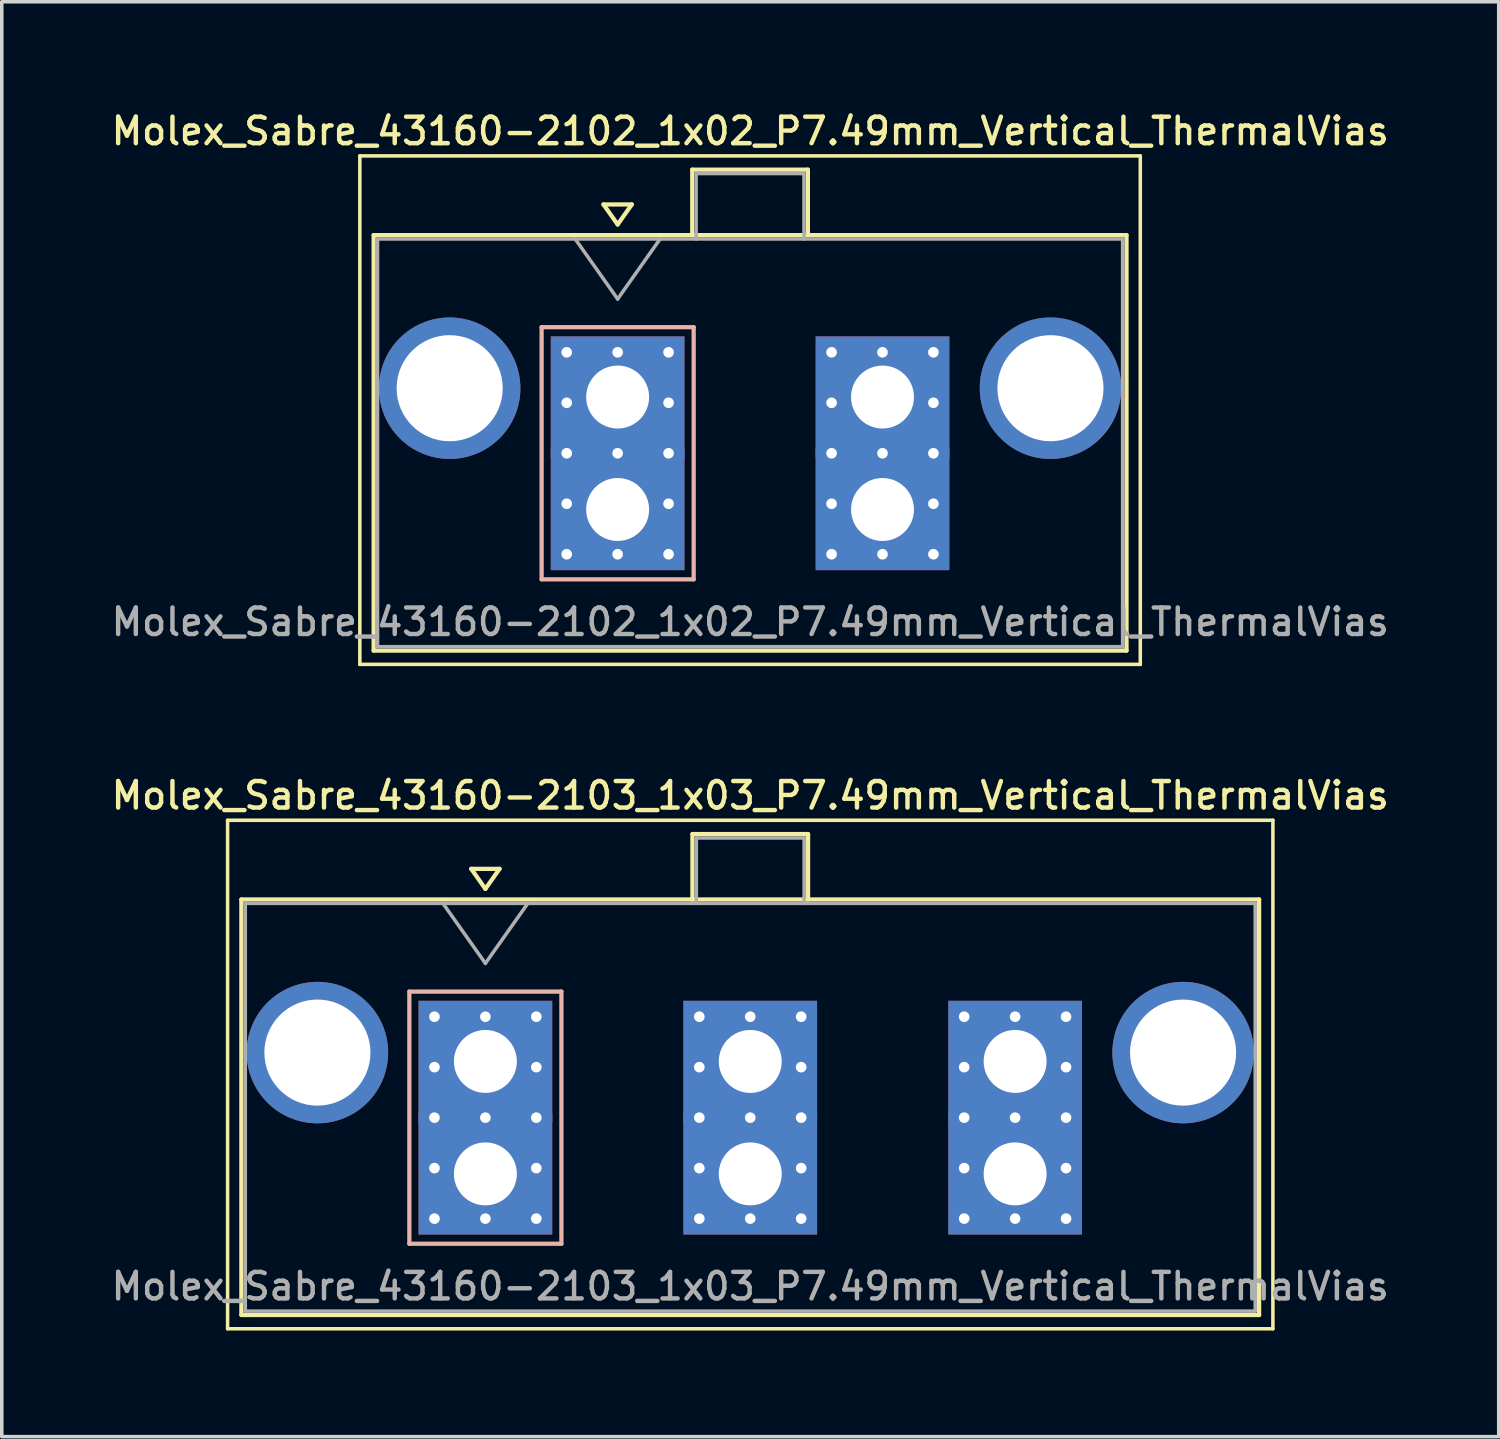
<source format=kicad_pcb>
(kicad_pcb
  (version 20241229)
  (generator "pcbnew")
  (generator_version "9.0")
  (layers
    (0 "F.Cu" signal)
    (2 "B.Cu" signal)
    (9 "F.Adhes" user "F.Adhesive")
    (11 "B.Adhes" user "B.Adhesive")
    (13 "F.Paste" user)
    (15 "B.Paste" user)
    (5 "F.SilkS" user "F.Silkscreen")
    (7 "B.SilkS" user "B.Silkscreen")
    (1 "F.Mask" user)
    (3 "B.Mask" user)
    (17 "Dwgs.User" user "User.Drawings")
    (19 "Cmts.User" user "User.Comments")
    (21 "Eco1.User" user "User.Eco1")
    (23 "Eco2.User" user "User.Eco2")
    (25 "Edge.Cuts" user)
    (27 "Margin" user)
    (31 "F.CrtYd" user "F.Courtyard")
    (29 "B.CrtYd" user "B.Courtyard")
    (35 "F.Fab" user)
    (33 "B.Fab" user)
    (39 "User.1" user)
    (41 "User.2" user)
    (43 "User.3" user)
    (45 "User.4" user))
  (footprint "Molex_Sabre_43160-2103_1x03_P7.49mm_Vertical_ThermalVias"
    (layer "F.Cu")
    (at 10.676 30.146)
    (property "Reference" "Molex_Sabre_43160-2103_1x03_P7.49mm_Vertical_ThermalVias" (at 7.49 -10.7 0) (layer "F.SilkS") (effects (font (size 0.75 0.75) (thickness 0.125))))
    (attr through_hole)
    (fp_line (start -7.29 -10) (end -7.29 4.38) (stroke (width 0.1) (type solid)) (layer "F.SilkS"))
    (fp_line (start -7.29 4.38) (end 22.27 4.38) (stroke (width 0.1) (type solid)) (layer "F.SilkS"))
    (fp_line (start -6.9 -7.76) (end -6.9 3.99) (stroke (width 0.12) (type solid)) (layer "F.SilkS"))
    (fp_line (start -6.9 3.99) (end 21.88 3.99) (stroke (width 0.12) (type solid)) (layer "F.SilkS"))
    (fp_line (start -0.4 -8.626) (end 0 -8.06) (stroke (width 0.12) (type solid)) (layer "F.SilkS"))
    (fp_line (start 0 -8.06) (end 0.4 -8.626) (stroke (width 0.12) (type solid)) (layer "F.SilkS"))
    (fp_line (start 0.4 -8.626) (end -0.4 -8.626) (stroke (width 0.12) (type solid)) (layer "F.SilkS"))
    (fp_line (start 5.855 -9.61) (end 9.125 -9.61) (stroke (width 0.12) (type solid)) (layer "F.SilkS"))
    (fp_line (start 5.855 -7.76) (end 5.855 -9.61) (stroke (width 0.12) (type solid)) (layer "F.SilkS"))
    (fp_line (start 9.125 -9.61) (end 9.125 -7.76) (stroke (width 0.12) (type solid)) (layer "F.SilkS"))
    (fp_line (start 21.88 -7.76) (end -6.9 -7.76) (stroke (width 0.12) (type solid)) (layer "F.SilkS"))
    (fp_line (start 21.88 3.99) (end 21.88 -7.76) (stroke (width 0.12) (type solid)) (layer "F.SilkS"))
    (fp_line (start 22.27 -10) (end -7.29 -10) (stroke (width 0.1) (type solid)) (layer "F.SilkS"))
    (fp_line (start 22.27 4.38) (end 22.27 -10) (stroke (width 0.1) (type solid)) (layer "F.SilkS"))
    (fp_line (start -2.15 -5.155) (end -2.15 1.975) (stroke (width 0.12) (type solid)) (layer "B.SilkS"))
    (fp_line (start -2.15 1.975) (end 2.15 1.975) (stroke (width 0.12) (type solid)) (layer "B.SilkS"))
    (fp_line (start 2.15 -5.155) (end -2.15 -5.155) (stroke (width 0.12) (type solid)) (layer "B.SilkS"))
    (fp_line (start 2.15 1.975) (end 2.15 -5.155) (stroke (width 0.12) (type solid)) (layer "B.SilkS"))
    (fp_line (start -6.79 -7.65) (end -6.79 3.88) (stroke (width 0.1) (type solid)) (layer "F.Fab"))
    (fp_line (start -6.79 3.88) (end 21.77 3.88) (stroke (width 0.1) (type solid)) (layer "F.Fab"))
    (fp_line (start -1.2 -7.65) (end 0 -5.953) (stroke (width 0.1) (type solid)) (layer "F.Fab"))
    (fp_line (start 0 -5.953) (end 1.2 -7.65) (stroke (width 0.1) (type solid)) (layer "F.Fab"))
    (fp_line (start 5.965 -9.5) (end 9.015 -9.5) (stroke (width 0.1) (type solid)) (layer "F.Fab"))
    (fp_line (start 5.965 -7.65) (end 5.965 -9.5) (stroke (width 0.1) (type solid)) (layer "F.Fab"))
    (fp_line (start 9.015 -9.5) (end 9.015 -7.65) (stroke (width 0.1) (type solid)) (layer "F.Fab"))
    (fp_line (start 21.77 -7.65) (end -6.79 -7.65) (stroke (width 0.1) (type solid)) (layer "F.Fab"))
    (fp_line (start 21.77 3.88) (end 21.77 -7.65) (stroke (width 0.1) (type solid)) (layer "F.Fab"))
    (fp_text user "${REFERENCE}" (at 7.49 3.18 0) (layer "F.Fab") (effects (font (size 0.75 0.75) (thickness 0.125))))
    (pad "" thru_hole circle (at -4.75 -3.43) (size 4 4) (drill 3) (layers "*.Cu" "*.Mask"))
    (pad "" thru_hole circle (at 19.73 -3.43) (size 4 4) (drill 3) (layers "*.Cu" "*.Mask"))
    (pad "1" thru_hole rect (at -1.44 -4.445) (size 0.6 0.6) (drill 0.3) (layers "*.Cu" "*.Mask"))
    (pad "1" thru_hole rect (at -1.44 -3.018) (size 0.6 0.6) (drill 0.3) (layers "*.Cu" "*.Mask"))
    (pad "1" thru_hole rect (at -1.44 -1.59) (size 0.6 0.6) (drill 0.3) (layers "*.Cu" "*.Mask"))
    (pad "1" thru_hole rect (at -1.44 -0.163) (size 0.6 0.6) (drill 0.3) (layers "*.Cu" "*.Mask"))
    (pad "1" thru_hole rect (at -1.44 1.265) (size 0.6 0.6) (drill 0.3) (layers "*.Cu" "*.Mask"))
    (pad "1" thru_hole rect (at 0 -4.445) (size 0.6 0.6) (drill 0.3) (layers "*.Cu" "*.Mask"))
    (pad "1" thru_hole rect (at 0 -3.18) (size 3.78 3.43) (drill 1.78) (layers "*.Cu" "*.Mask"))
    (pad "1" thru_hole rect (at 0 -1.59) (size 0.6 0.6) (drill 0.3) (layers "*.Cu" "*.Mask"))
    (pad "1" thru_hole rect (at 0 0) (size 3.78 3.43) (drill 1.78) (layers "*.Cu" "*.Mask"))
    (pad "1" thru_hole rect (at 0 1.265) (size 0.6 0.6) (drill 0.3) (layers "*.Cu" "*.Mask"))
    (pad "1" thru_hole rect (at 1.44 -4.445) (size 0.6 0.6) (drill 0.3) (layers "*.Cu" "*.Mask"))
    (pad "1" thru_hole rect (at 1.44 -3.018) (size 0.6 0.6) (drill 0.3) (layers "*.Cu" "*.Mask"))
    (pad "1" thru_hole rect (at 1.44 -1.59) (size 0.6 0.6) (drill 0.3) (layers "*.Cu" "*.Mask"))
    (pad "1" thru_hole rect (at 1.44 -0.163) (size 0.6 0.6) (drill 0.3) (layers "*.Cu" "*.Mask"))
    (pad "1" thru_hole rect (at 1.44 1.265) (size 0.6 0.6) (drill 0.3) (layers "*.Cu" "*.Mask"))
    (pad "2" thru_hole circle (at 6.05 -4.445) (size 0.6 0.6) (drill 0.3) (layers "*.Cu" "*.Mask"))
    (pad "2" thru_hole circle (at 6.05 -3.018) (size 0.6 0.6) (drill 0.3) (layers "*.Cu" "*.Mask"))
    (pad "2" thru_hole circle (at 6.05 -1.59) (size 0.6 0.6) (drill 0.3) (layers "*.Cu" "*.Mask"))
    (pad "2" thru_hole circle (at 6.05 -0.163) (size 0.6 0.6) (drill 0.3) (layers "*.Cu" "*.Mask"))
    (pad "2" thru_hole circle (at 6.05 1.265) (size 0.6 0.6) (drill 0.3) (layers "*.Cu" "*.Mask"))
    (pad "2" thru_hole circle (at 7.49 -4.445) (size 0.6 0.6) (drill 0.3) (layers "*.Cu" "*.Mask"))
    (pad "2" thru_hole rect (at 7.49 -3.18) (size 3.78 3.43) (drill 1.78) (layers "*.Cu" "*.Mask"))
    (pad "2" thru_hole circle (at 7.49 -1.59) (size 0.6 0.6) (drill 0.3) (layers "*.Cu" "*.Mask"))
    (pad "2" thru_hole rect (at 7.49 0) (size 3.78 3.43) (drill 1.78) (layers "*.Cu" "*.Mask"))
    (pad "2" thru_hole circle (at 7.49 1.265) (size 0.6 0.6) (drill 0.3) (layers "*.Cu" "*.Mask"))
    (pad "2" thru_hole circle (at 8.93 -4.445) (size 0.6 0.6) (drill 0.3) (layers "*.Cu" "*.Mask"))
    (pad "2" thru_hole circle (at 8.93 -3.018) (size 0.6 0.6) (drill 0.3) (layers "*.Cu" "*.Mask"))
    (pad "2" thru_hole circle (at 8.93 -1.59) (size 0.6 0.6) (drill 0.3) (layers "*.Cu" "*.Mask"))
    (pad "2" thru_hole circle (at 8.93 -0.163) (size 0.6 0.6) (drill 0.3) (layers "*.Cu" "*.Mask"))
    (pad "2" thru_hole circle (at 8.93 1.265) (size 0.6 0.6) (drill 0.3) (layers "*.Cu" "*.Mask"))
    (pad "3" thru_hole circle (at 13.54 -4.445) (size 0.6 0.6) (drill 0.3) (layers "*.Cu" "*.Mask"))
    (pad "3" thru_hole circle (at 13.54 -3.018) (size 0.6 0.6) (drill 0.3) (layers "*.Cu" "*.Mask"))
    (pad "3" thru_hole circle (at 13.54 -1.59) (size 0.6 0.6) (drill 0.3) (layers "*.Cu" "*.Mask"))
    (pad "3" thru_hole circle (at 13.54 -0.163) (size 0.6 0.6) (drill 0.3) (layers "*.Cu" "*.Mask"))
    (pad "3" thru_hole circle (at 13.54 1.265) (size 0.6 0.6) (drill 0.3) (layers "*.Cu" "*.Mask"))
    (pad "3" thru_hole circle (at 14.98 -4.445) (size 0.6 0.6) (drill 0.3) (layers "*.Cu" "*.Mask"))
    (pad "3" thru_hole rect (at 14.98 -3.18) (size 3.78 3.43) (drill 1.78) (layers "*.Cu" "*.Mask"))
    (pad "3" thru_hole circle (at 14.98 -1.59) (size 0.6 0.6) (drill 0.3) (layers "*.Cu" "*.Mask"))
    (pad "3" thru_hole rect (at 14.98 0) (size 3.78 3.43) (drill 1.78) (layers "*.Cu" "*.Mask"))
    (pad "3" thru_hole circle (at 14.98 1.265) (size 0.6 0.6) (drill 0.3) (layers "*.Cu" "*.Mask"))
    (pad "3" thru_hole circle (at 16.42 -4.445) (size 0.6 0.6) (drill 0.3) (layers "*.Cu" "*.Mask"))
    (pad "3" thru_hole circle (at 16.42 -3.018) (size 0.6 0.6) (drill 0.3) (layers "*.Cu" "*.Mask"))
    (pad "3" thru_hole circle (at 16.42 -1.59) (size 0.6 0.6) (drill 0.3) (layers "*.Cu" "*.Mask"))
    (pad "3" thru_hole circle (at 16.42 -0.163) (size 0.6 0.6) (drill 0.3) (layers "*.Cu" "*.Mask"))
    (pad "3" thru_hole circle (at 16.42 1.265) (size 0.6 0.6) (drill 0.3) (layers "*.Cu" "*.Mask")))
  (footprint "Molex_Sabre_43160-2102_1x02_P7.49mm_Vertical_ThermalVias"
    (layer "F.Cu")
    (at 14.416 11.358)
    (property "Reference" "Molex_Sabre_43160-2102_1x02_P7.49mm_Vertical_ThermalVias" (at 3.75 -10.7 0) (layer "F.SilkS") (effects (font (size 0.75 0.75) (thickness 0.125))))
    (attr through_hole)
    (fp_line (start -7.29 -10) (end -7.29 4.38) (stroke (width 0.1) (type solid)) (layer "F.SilkS"))
    (fp_line (start -7.29 4.38) (end 14.78 4.38) (stroke (width 0.1) (type solid)) (layer "F.SilkS"))
    (fp_line (start -6.9 -7.76) (end -6.9 3.99) (stroke (width 0.12) (type solid)) (layer "F.SilkS"))
    (fp_line (start -6.9 3.99) (end 14.39 3.99) (stroke (width 0.12) (type solid)) (layer "F.SilkS"))
    (fp_line (start -0.4 -8.626) (end 0 -8.06) (stroke (width 0.12) (type solid)) (layer "F.SilkS"))
    (fp_line (start 0 -8.06) (end 0.4 -8.626) (stroke (width 0.12) (type solid)) (layer "F.SilkS"))
    (fp_line (start 0.4 -8.626) (end -0.4 -8.626) (stroke (width 0.12) (type solid)) (layer "F.SilkS"))
    (fp_line (start 2.11 -9.61) (end 5.38 -9.61) (stroke (width 0.12) (type solid)) (layer "F.SilkS"))
    (fp_line (start 2.11 -7.76) (end 2.11 -9.61) (stroke (width 0.12) (type solid)) (layer "F.SilkS"))
    (fp_line (start 5.38 -9.61) (end 5.38 -7.76) (stroke (width 0.12) (type solid)) (layer "F.SilkS"))
    (fp_line (start 14.39 -7.76) (end -6.9 -7.76) (stroke (width 0.12) (type solid)) (layer "F.SilkS"))
    (fp_line (start 14.39 3.99) (end 14.39 -7.76) (stroke (width 0.12) (type solid)) (layer "F.SilkS"))
    (fp_line (start 14.78 -10) (end -7.29 -10) (stroke (width 0.1) (type solid)) (layer "F.SilkS"))
    (fp_line (start 14.78 4.38) (end 14.78 -10) (stroke (width 0.1) (type solid)) (layer "F.SilkS"))
    (fp_line (start -2.15 -5.155) (end -2.15 1.975) (stroke (width 0.12) (type solid)) (layer "B.SilkS"))
    (fp_line (start -2.15 1.975) (end 2.15 1.975) (stroke (width 0.12) (type solid)) (layer "B.SilkS"))
    (fp_line (start 2.15 -5.155) (end -2.15 -5.155) (stroke (width 0.12) (type solid)) (layer "B.SilkS"))
    (fp_line (start 2.15 1.975) (end 2.15 -5.155) (stroke (width 0.12) (type solid)) (layer "B.SilkS"))
    (fp_line (start -6.79 -7.65) (end -6.79 3.88) (stroke (width 0.1) (type solid)) (layer "F.Fab"))
    (fp_line (start -6.79 3.88) (end 14.28 3.88) (stroke (width 0.1) (type solid)) (layer "F.Fab"))
    (fp_line (start -1.2 -7.65) (end 0 -5.953) (stroke (width 0.1) (type solid)) (layer "F.Fab"))
    (fp_line (start 0 -5.953) (end 1.2 -7.65) (stroke (width 0.1) (type solid)) (layer "F.Fab"))
    (fp_line (start 2.22 -9.5) (end 5.27 -9.5) (stroke (width 0.1) (type solid)) (layer "F.Fab"))
    (fp_line (start 2.22 -7.65) (end 2.22 -9.5) (stroke (width 0.1) (type solid)) (layer "F.Fab"))
    (fp_line (start 5.27 -9.5) (end 5.27 -7.65) (stroke (width 0.1) (type solid)) (layer "F.Fab"))
    (fp_line (start 14.28 -7.65) (end -6.79 -7.65) (stroke (width 0.1) (type solid)) (layer "F.Fab"))
    (fp_line (start 14.28 3.88) (end 14.28 -7.65) (stroke (width 0.1) (type solid)) (layer "F.Fab"))
    (fp_text user "${REFERENCE}" (at 3.75 3.18 0) (layer "F.Fab") (effects (font (size 0.75 0.75) (thickness 0.125))))
    (pad "" thru_hole circle (at -4.75 -3.43) (size 4 4) (drill 3) (layers "*.Cu" "*.Mask"))
    (pad "" thru_hole circle (at 12.24 -3.43) (size 4 4) (drill 3) (layers "*.Cu" "*.Mask"))
    (pad "1" thru_hole rect (at -1.44 -4.445) (size 0.6 0.6) (drill 0.3) (layers "*.Cu" "*.Mask"))
    (pad "1" thru_hole rect (at -1.44 -3.018) (size 0.6 0.6) (drill 0.3) (layers "*.Cu" "*.Mask"))
    (pad "1" thru_hole rect (at -1.44 -1.59) (size 0.6 0.6) (drill 0.3) (layers "*.Cu" "*.Mask"))
    (pad "1" thru_hole rect (at -1.44 -0.163) (size 0.6 0.6) (drill 0.3) (layers "*.Cu" "*.Mask"))
    (pad "1" thru_hole rect (at -1.44 1.265) (size 0.6 0.6) (drill 0.3) (layers "*.Cu" "*.Mask"))
    (pad "1" thru_hole rect (at 0 -4.445) (size 0.6 0.6) (drill 0.3) (layers "*.Cu" "*.Mask"))
    (pad "1" thru_hole rect (at 0 -3.18) (size 3.78 3.43) (drill 1.78) (layers "*.Cu" "*.Mask"))
    (pad "1" thru_hole rect (at 0 -1.59) (size 0.6 0.6) (drill 0.3) (layers "*.Cu" "*.Mask"))
    (pad "1" thru_hole rect (at 0 0) (size 3.78 3.43) (drill 1.78) (layers "*.Cu" "*.Mask"))
    (pad "1" thru_hole rect (at 0 1.265) (size 0.6 0.6) (drill 0.3) (layers "*.Cu" "*.Mask"))
    (pad "1" thru_hole rect (at 1.44 -4.445) (size 0.6 0.6) (drill 0.3) (layers "*.Cu" "*.Mask"))
    (pad "1" thru_hole rect (at 1.44 -3.018) (size 0.6 0.6) (drill 0.3) (layers "*.Cu" "*.Mask"))
    (pad "1" thru_hole rect (at 1.44 -1.59) (size 0.6 0.6) (drill 0.3) (layers "*.Cu" "*.Mask"))
    (pad "1" thru_hole rect (at 1.44 -0.163) (size 0.6 0.6) (drill 0.3) (layers "*.Cu" "*.Mask"))
    (pad "1" thru_hole rect (at 1.44 1.265) (size 0.6 0.6) (drill 0.3) (layers "*.Cu" "*.Mask"))
    (pad "2" thru_hole circle (at 6.05 -4.445) (size 0.6 0.6) (drill 0.3) (layers "*.Cu" "*.Mask"))
    (pad "2" thru_hole circle (at 6.05 -3.018) (size 0.6 0.6) (drill 0.3) (layers "*.Cu" "*.Mask"))
    (pad "2" thru_hole circle (at 6.05 -1.59) (size 0.6 0.6) (drill 0.3) (layers "*.Cu" "*.Mask"))
    (pad "2" thru_hole circle (at 6.05 -0.163) (size 0.6 0.6) (drill 0.3) (layers "*.Cu" "*.Mask"))
    (pad "2" thru_hole circle (at 6.05 1.265) (size 0.6 0.6) (drill 0.3) (layers "*.Cu" "*.Mask"))
    (pad "2" thru_hole circle (at 7.49 -4.445) (size 0.6 0.6) (drill 0.3) (layers "*.Cu" "*.Mask"))
    (pad "2" thru_hole rect (at 7.49 -3.18) (size 3.78 3.43) (drill 1.78) (layers "*.Cu" "*.Mask"))
    (pad "2" thru_hole circle (at 7.49 -1.59) (size 0.6 0.6) (drill 0.3) (layers "*.Cu" "*.Mask"))
    (pad "2" thru_hole rect (at 7.49 0) (size 3.78 3.43) (drill 1.78) (layers "*.Cu" "*.Mask"))
    (pad "2" thru_hole circle (at 7.49 1.265) (size 0.6 0.6) (drill 0.3) (layers "*.Cu" "*.Mask"))
    (pad "2" thru_hole circle (at 8.93 -4.445) (size 0.6 0.6) (drill 0.3) (layers "*.Cu" "*.Mask"))
    (pad "2" thru_hole circle (at 8.93 -3.018) (size 0.6 0.6) (drill 0.3) (layers "*.Cu" "*.Mask"))
    (pad "2" thru_hole circle (at 8.93 -1.59) (size 0.6 0.6) (drill 0.3) (layers "*.Cu" "*.Mask"))
    (pad "2" thru_hole circle (at 8.93 -0.163) (size 0.6 0.6) (drill 0.3) (layers "*.Cu" "*.Mask"))
    (pad "2" thru_hole circle (at 8.93 1.265) (size 0.6 0.6) (drill 0.3) (layers "*.Cu" "*.Mask")))
  (gr_rect
    (start -3 -3)
    (end 39.332 37.576)
    (stroke (width 0.1) (type default))
    (fill no)
    (layer "Edge.Cuts")))
</source>
